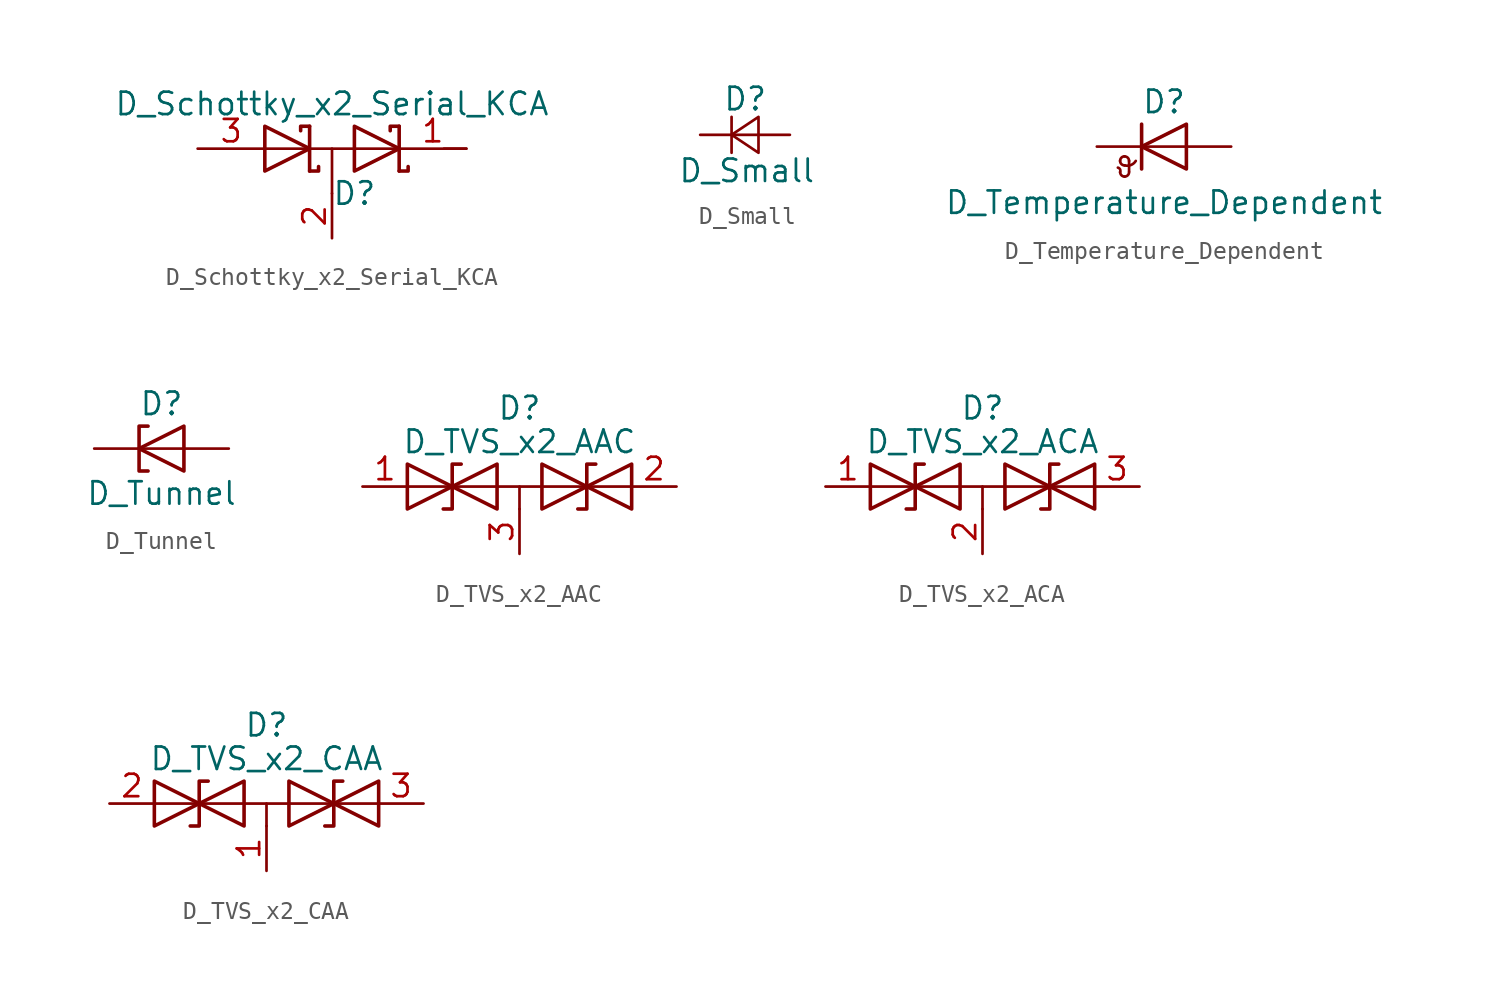
<source format=kicad_sym>
(kicad_symbol_lib
  (version 20211014)
  (generator kicad_symbol_editor)
  (symbol "D_Schottky_x2_Serial_KCA"
    (pin_names
      (offset 0.762) hide)
    (property "Reference" "D"
      (at 1.27 -2.54 0)
      (effects (font (size 1.27 1.27))))
    (property "Value" "D_Schottky_x2_Serial_KCA"
      (at 0 2.54 0)
      (effects (font (size 1.27 1.27))))
    (symbol "D_Schottky_x2_Serial_KCA_0_1"
      (polyline (pts (xy -3.81 0) (xy 3.81 0)) (stroke (width 0) (type default) (color 0 0 0 0)) (fill (type none)))
      (polyline (pts (xy 0 0) (xy 0 -2.54)) (stroke (width 0) (type default) (color 0 0 0 0)) (fill (type none)))
      (polyline (pts (xy 6.35 0) (xy 7.62 0)) (stroke (width 0) (type default) (color 0 0 0 0)) (fill (type none)))
      (polyline (pts (xy -1.27 -1.27) (xy -1.27 1.27) (xy -1.27 1.27)) (stroke (width 0.203) (type default) (color 0 0 0 0)) (fill (type none)))
      (polyline (pts (xy 3.81 1.27) (xy 3.81 -1.27) (xy 3.81 -1.27)) (stroke (width 0.203) (type default) (color 0 0 0 0)) (fill (type none)))
      (polyline (pts (xy -1.27 -1.27) (xy -0.762 -1.27) (xy -0.762 -1.016) (xy -0.762 -1.016)) (stroke (width 0.203) (type default) (color 0 0 0 0)) (fill (type none)))
      (polyline (pts (xy 3.81 -1.27) (xy 4.318 -1.27) (xy 4.318 -1.016) (xy 4.318 -1.016)) (stroke (width 0.203) (type default) (color 0 0 0 0)) (fill (type none)))
      (polyline (pts (xy 3.81 1.27) (xy 3.302 1.27) (xy 3.302 1.016) (xy 3.302 1.016)) (stroke (width 0.203) (type default) (color 0 0 0 0)) (fill (type none)))
      (polyline (pts (xy -1.778 1.016) (xy -1.778 1.27) (xy -1.27 1.27) (xy -1.27 1.27) (xy -1.27 1.27)) (stroke (width 0.203) (type default) (color 0 0 0 0)) (fill (type none)))
      (polyline (pts (xy -3.81 1.27) (xy -1.27 0) (xy -3.81 -1.27) (xy -3.81 1.27) (xy -3.81 1.27) (xy -3.81 1.27)) (stroke (width 0.203) (type default) (color 0 0 0 0)) (fill (type none)))
      (polyline (pts (xy 1.27 1.27) (xy 3.81 0) (xy 1.27 -1.27) (xy 1.27 1.27) (xy 1.27 1.27) (xy 1.27 1.27)) (stroke (width 0.203) (type default) (color 0 0 0 0)) (fill (type none)))
      (pin passive line (at 7.62 0 180) (length 3.81) (name "K" (effects (font (size 1.27 1.27)))) (number "1" (effects (font (size 1.27 1.27)))))
      (pin passive line (at 0 -5.08 90) (length 2.54) (name "common" (effects (font (size 1.27 1.27)))) (number "2" (effects (font (size 1.27 1.27)))))
      (pin passive line (at -7.62 0 0) (length 3.81) (name "A" (effects (font (size 1.27 1.27)))) (number "3" (effects (font (size 1.27 1.27)))))))
  (symbol "D_Small"
    (pin_numbers hide)
    (pin_names
      (offset 0.254) hide)
    (property "Reference" "D"
      (at -1.27 2.032 0)
      (effects (font (size 1.27 1.27)) (justify left)))
    (property "Value" "D_Small"
      (at -3.81 -2.032 0)
      (effects (font (size 1.27 1.27)) (justify left)))
    (symbol "D_Small_0_1"
      (polyline (pts (xy -0.762 -1.016) (xy -0.762 1.016)) (stroke (width 0) (type default) (color 0 0 0 0)) (fill (type none)))
      (polyline (pts (xy -0.762 0) (xy 0.762 0)) (stroke (width 0) (type default) (color 0 0 0 0)) (fill (type none)))
      (polyline (pts (xy 0.762 -1.016) (xy -0.762 0) (xy 0.762 1.016) (xy 0.762 -1.016)) (stroke (width 0) (type default) (color 0 0 0 0)) (fill (type none))))
    (symbol "D_Small_1_1"
      (pin passive line (at -2.54 0 0) (length 1.778) (name "K" (effects (font (size 1.27 1.27)))) (number "1" (effects (font (size 1.27 1.27)))))
      (pin passive line (at 2.54 0 180) (length 1.778) (name "A" (effects (font (size 1.27 1.27)))) (number "2" (effects (font (size 1.27 1.27)))))))
  (symbol "D_Temperature_Dependent"
    (pin_numbers hide)
    (pin_names
      (offset 1.016) hide)
    (property "Reference" "D"
      (at 0 2.54 0)
      (effects (font (size 1.27 1.27))))
    (property "Value" "D_Temperature_Dependent"
      (at 0 -3.175 0)
      (effects (font (size 1.27 1.27))))
    (symbol "D_Temperature_Dependent_0_1"
      (arc (start -2.4892 -1.4478) (mid -2.4907 -1.2925) (end -2.6162 -1.1938) (stroke (width 0) (type default) (color 0 0 0 0)) (fill (type none)))
      (arc (start -2.4892 -1.4478) (mid -2.4148 -1.6274) (end -2.2352 -1.7018) (stroke (width 0) (type default) (color 0 0 0 0)) (fill (type none)))
      (arc (start -2.4892 -0.8128) (mid -2.4148 -0.9924) (end -2.2352 -1.0668) (stroke (width 0) (type default) (color 0 0 0 0)) (fill (type none)))
      (arc (start -2.2352 -1.7018) (mid -2.0556 -1.6274) (end -1.9812 -1.4478) (stroke (width 0) (type default) (color 0 0 0 0)) (fill (type none)))
      (arc (start -2.2352 -1.0668) (mid -1.8805 -1.0481) (end -1.6002 -0.8128) (stroke (width 0) (type default) (color 0 0 0 0)) (fill (type none)))
      (arc (start -2.2352 -0.5588) (mid -2.4148 -0.6332) (end -2.4892 -0.8128) (stroke (width 0) (type default) (color 0 0 0 0)) (fill (type none)))
      (arc (start -1.9812 -0.8128) (mid -2.0556 -0.6332) (end -2.2352 -0.5588) (stroke (width 0) (type default) (color 0 0 0 0)) (fill (type none)))
      (polyline (pts (xy -1.981 -1.422) (xy -1.981 -0.813)) (stroke (width 0) (type default) (color 0 0 0 0)) (fill (type none)))
      (polyline (pts (xy -1.27 1.27) (xy -1.27 -1.27)) (stroke (width 0.203) (type default) (color 0 0 0 0)) (fill (type none)))
      (polyline (pts (xy 1.27 0) (xy -1.27 0)) (stroke (width 0) (type default) (color 0 0 0 0)) (fill (type none)))
      (polyline (pts (xy 1.27 -1.27) (xy 1.27 1.27) (xy -1.27 0) (xy 1.27 -1.27)) (stroke (width 0.203) (type default) (color 0 0 0 0)) (fill (type none))))
    (symbol "D_Temperature_Dependent_1_1"
      (pin passive line (at -3.81 0 0) (length 2.54) (name "K" (effects (font (size 1.27 1.27)))) (number "1" (effects (font (size 1.27 1.27)))))
      (pin passive line (at 3.81 0 180) (length 2.54) (name "A" (effects (font (size 1.27 1.27)))) (number "2" (effects (font (size 1.27 1.27)))))))
  (symbol "D_Tunnel"
    (pin_numbers hide)
    (pin_names
      (offset 1.016) hide)
    (property "Reference" "D"
      (at 0 2.54 0)
      (effects (font (size 1.27 1.27))))
    (property "Value" "D_Tunnel"
      (at 0 -2.54 0)
      (effects (font (size 1.27 1.27))))
    (symbol "D_Tunnel_0_1"
      (polyline (pts (xy 1.27 0) (xy -1.27 0)) (stroke (width 0) (type default) (color 0 0 0 0)) (fill (type none)))
      (polyline (pts (xy -0.762 1.27) (xy -1.27 1.27) (xy -1.27 -1.27) (xy -0.762 -1.27)) (stroke (width 0.203) (type default) (color 0 0 0 0)) (fill (type none)))
      (polyline (pts (xy 1.27 -1.27) (xy 1.27 1.27) (xy -1.27 0) (xy 1.27 -1.27)) (stroke (width 0.203) (type default) (color 0 0 0 0)) (fill (type none))))
    (symbol "D_Tunnel_1_1"
      (pin passive line (at -3.81 0 0) (length 2.54) (name "K" (effects (font (size 1.27 1.27)))) (number "1" (effects (font (size 1.27 1.27)))))
      (pin passive line (at 3.81 0 180) (length 2.54) (name "A" (effects (font (size 1.27 1.27)))) (number "2" (effects (font (size 1.27 1.27)))))))
  (symbol "D_TVS_x2_AAC"
    (pin_names
      (offset 1.016) hide)
    (property "Reference" "D"
      (at 0 4.445 0)
      (effects (font (size 1.27 1.27))))
    (property "Value" "D_TVS_x2_AAC"
      (at 0 2.54 0)
      (effects (font (size 1.27 1.27))))
    (symbol "D_TVS_x2_AAC_0_0"
      (polyline (pts (xy 0 -1.27) (xy 0 0)) (stroke (width 0) (type default) (color 0 0 0 0)) (fill (type none))))
    (symbol "D_TVS_x2_AAC_0_1"
      (polyline (pts (xy -6.35 0) (xy 6.35 0)) (stroke (width 0) (type default) (color 0 0 0 0)) (fill (type none)))
      (polyline (pts (xy -3.302 1.27) (xy -3.81 1.27) (xy -3.81 -1.27) (xy -4.318 -1.27)) (stroke (width 0.203) (type default) (color 0 0 0 0)) (fill (type none)))
      (polyline (pts (xy 4.318 1.27) (xy 3.81 1.27) (xy 3.81 -1.27) (xy 3.302 -1.27)) (stroke (width 0.203) (type default) (color 0 0 0 0)) (fill (type none)))
      (polyline (pts (xy -6.35 -1.27) (xy -1.27 1.27) (xy -1.27 -1.27) (xy -6.35 1.27) (xy -6.35 -1.27)) (stroke (width 0.203) (type default) (color 0 0 0 0)) (fill (type none)))
      (polyline (pts (xy 1.27 -1.27) (xy 1.27 1.27) (xy 6.35 -1.27) (xy 6.35 1.27) (xy 1.27 -1.27)) (stroke (width 0.203) (type default) (color 0 0 0 0)) (fill (type none))))
    (symbol "D_TVS_x2_AAC_1_1"
      (pin passive line (at -8.89 0 0) (length 2.54) (name "A1" (effects (font (size 1.27 1.27)))) (number "1" (effects (font (size 1.27 1.27)))))
      (pin passive line (at 8.89 0 180) (length 2.54) (name "A2" (effects (font (size 1.27 1.27)))) (number "2" (effects (font (size 1.27 1.27)))))
      (pin input line (at 0 -3.81 90) (length 2.54) (name "common" (effects (font (size 1.27 1.27)))) (number "3" (effects (font (size 1.27 1.27)))))))
  (symbol "D_TVS_x2_ACA"
    (pin_names
      (offset 1.016) hide)
    (property "Reference" "D"
      (at 0 4.445 0)
      (effects (font (size 1.27 1.27))))
    (property "Value" "D_TVS_x2_ACA"
      (at 0 2.54 0)
      (effects (font (size 1.27 1.27))))
    (symbol "D_TVS_x2_ACA_0_0"
      (polyline (pts (xy -6.35 -1.27) (xy -1.27 1.27) (xy -1.27 -1.27) (xy -6.35 1.27) (xy -6.35 -1.27)) (stroke (width 0.203) (type default) (color 0 0 0 0)) (fill (type none)))
      (polyline (pts (xy 1.27 1.27) (xy 1.27 -1.27) (xy 6.35 1.27) (xy 6.35 -1.27) (xy 1.27 1.27)) (stroke (width 0.203) (type default) (color 0 0 0 0)) (fill (type none))))
    (symbol "D_TVS_x2_ACA_0_1"
      (polyline (pts (xy -6.35 0) (xy 6.35 0)) (stroke (width 0) (type default) (color 0 0 0 0)) (fill (type none)))
      (polyline (pts (xy 0 0) (xy 0 -1.27)) (stroke (width 0) (type default) (color 0 0 0 0)) (fill (type none)))
      (polyline (pts (xy -3.302 1.27) (xy -3.81 1.27) (xy -3.81 -1.27) (xy -4.318 -1.27)) (stroke (width 0.203) (type default) (color 0 0 0 0)) (fill (type none)))
      (polyline (pts (xy 4.318 1.27) (xy 3.81 1.27) (xy 3.81 -1.27) (xy 3.302 -1.27)) (stroke (width 0.203) (type default) (color 0 0 0 0)) (fill (type none))))
    (symbol "D_TVS_x2_ACA_1_1"
      (pin passive line (at -8.89 0 0) (length 2.54) (name "A1" (effects (font (size 1.27 1.27)))) (number "1" (effects (font (size 1.27 1.27)))))
      (pin input line (at 0 -3.81 90) (length 2.54) (name "common" (effects (font (size 1.27 1.27)))) (number "2" (effects (font (size 1.27 1.27)))))
      (pin passive line (at 8.89 0 180) (length 2.54) (name "A2" (effects (font (size 1.27 1.27)))) (number "3" (effects (font (size 1.27 1.27)))))))
  (symbol "D_TVS_x2_CAA"
    (pin_names
      (offset 1.016) hide)
    (property "Reference" "D"
      (at 0 4.445 0)
      (effects (font (size 1.27 1.27))))
    (property "Value" "D_TVS_x2_CAA"
      (at 0 2.54 0)
      (effects (font (size 1.27 1.27))))
    (symbol "D_TVS_x2_CAA_0_1"
      (polyline (pts (xy -6.35 0) (xy 6.35 0)) (stroke (width 0) (type default) (color 0 0 0 0)) (fill (type none)))
      (polyline (pts (xy 0 0) (xy 0 -1.27)) (stroke (width 0) (type default) (color 0 0 0 0)) (fill (type none)))
      (polyline (pts (xy -3.302 1.27) (xy -3.81 1.27) (xy -3.81 -1.27) (xy -4.318 -1.27)) (stroke (width 0.203) (type default) (color 0 0 0 0)) (fill (type none)))
      (polyline (pts (xy 4.318 1.27) (xy 3.81 1.27) (xy 3.81 -1.27) (xy 3.302 -1.27)) (stroke (width 0.203) (type default) (color 0 0 0 0)) (fill (type none)))
      (polyline (pts (xy -6.35 -1.27) (xy -1.27 1.27) (xy -1.27 -1.27) (xy -6.35 1.27) (xy -6.35 -1.27)) (stroke (width 0.203) (type default) (color 0 0 0 0)) (fill (type none)))
      (polyline (pts (xy 1.27 1.016) (xy 1.27 -1.27) (xy 6.35 1.27) (xy 6.35 -1.27) (xy 1.27 1.27) (xy 1.27 1.016)) (stroke (width 0.203) (type default) (color 0 0 0 0)) (fill (type none))))
    (symbol "D_TVS_x2_CAA_1_1"
      (pin input line (at 0 -3.81 90) (length 2.54) (name "common" (effects (font (size 1.27 1.27)))) (number "1" (effects (font (size 1.27 1.27)))))
      (pin passive line (at -8.89 0 0) (length 2.54) (name "A1" (effects (font (size 1.27 1.27)))) (number "2" (effects (font (size 1.27 1.27)))))
      (pin passive line (at 8.89 0 180) (length 2.54) (name "A2" (effects (font (size 1.27 1.27)))) (number "3" (effects (font (size 1.27 1.27))))))))
</source>
